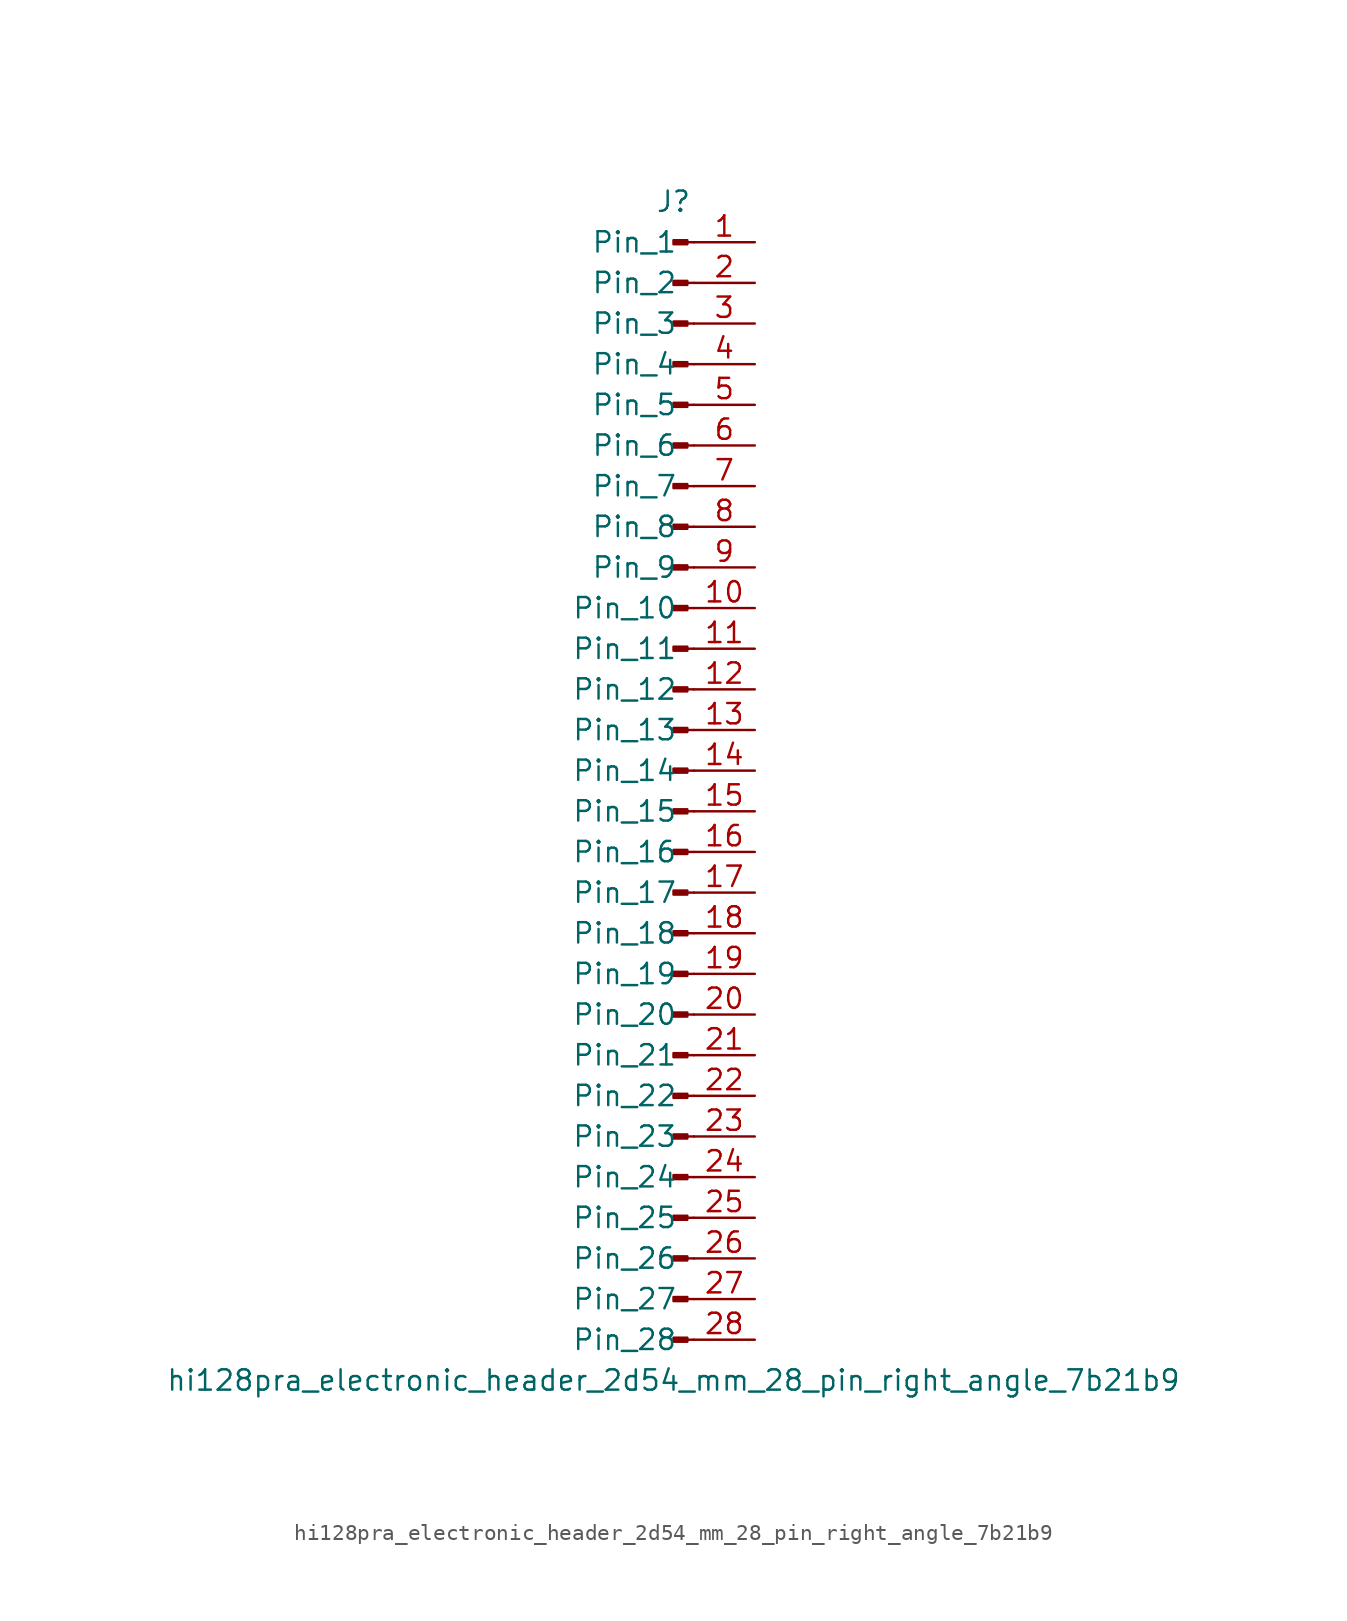
<source format=kicad_sym>
(kicad_symbol_lib
  (version 20220914)
  (generator kicad_symbol_editor)
  (symbol "hi128pra_electronic_header_2d54_mm_28_pin_right_angle_7b21b9"
    (pin_names
      (offset 1.016))
    (property "Reference" "J"
      (at 0 35.56 0)
      (effects (font (size 1.27 1.27))))
    (property "Value" "hi128pra_electronic_header_2d54_mm_28_pin_right_angle_7b21b9"
      (at 0 -38.1 0)
      (effects (font (size 1.27 1.27))))
    (property "ki_locked" ""
      (at 0 0 0)
      (effects (font (size 1.27 1.27))))
    (symbol "hi128pra_electronic_header_2d54_mm_28_pin_right_angle_7b21b9_1_1"
      (polyline (pts (xy 1.27 -35.56) (xy 0.864 -35.56)) (stroke (width 0.152) (type default)) (fill (type none)))
      (polyline (pts (xy 1.27 -33.02) (xy 0.864 -33.02)) (stroke (width 0.152) (type default)) (fill (type none)))
      (polyline (pts (xy 1.27 -30.48) (xy 0.864 -30.48)) (stroke (width 0.152) (type default)) (fill (type none)))
      (polyline (pts (xy 1.27 -27.94) (xy 0.864 -27.94)) (stroke (width 0.152) (type default)) (fill (type none)))
      (polyline (pts (xy 1.27 -25.4) (xy 0.864 -25.4)) (stroke (width 0.152) (type default)) (fill (type none)))
      (polyline (pts (xy 1.27 -22.86) (xy 0.864 -22.86)) (stroke (width 0.152) (type default)) (fill (type none)))
      (polyline (pts (xy 1.27 -20.32) (xy 0.864 -20.32)) (stroke (width 0.152) (type default)) (fill (type none)))
      (polyline (pts (xy 1.27 -17.78) (xy 0.864 -17.78)) (stroke (width 0.152) (type default)) (fill (type none)))
      (polyline (pts (xy 1.27 -15.24) (xy 0.864 -15.24)) (stroke (width 0.152) (type default)) (fill (type none)))
      (polyline (pts (xy 1.27 -12.7) (xy 0.864 -12.7)) (stroke (width 0.152) (type default)) (fill (type none)))
      (polyline (pts (xy 1.27 -10.16) (xy 0.864 -10.16)) (stroke (width 0.152) (type default)) (fill (type none)))
      (polyline (pts (xy 1.27 -7.62) (xy 0.864 -7.62)) (stroke (width 0.152) (type default)) (fill (type none)))
      (polyline (pts (xy 1.27 -5.08) (xy 0.864 -5.08)) (stroke (width 0.152) (type default)) (fill (type none)))
      (polyline (pts (xy 1.27 -2.54) (xy 0.864 -2.54)) (stroke (width 0.152) (type default)) (fill (type none)))
      (polyline (pts (xy 1.27 0) (xy 0.864 0)) (stroke (width 0.152) (type default)) (fill (type none)))
      (polyline (pts (xy 1.27 2.54) (xy 0.864 2.54)) (stroke (width 0.152) (type default)) (fill (type none)))
      (polyline (pts (xy 1.27 5.08) (xy 0.864 5.08)) (stroke (width 0.152) (type default)) (fill (type none)))
      (polyline (pts (xy 1.27 7.62) (xy 0.864 7.62)) (stroke (width 0.152) (type default)) (fill (type none)))
      (polyline (pts (xy 1.27 10.16) (xy 0.864 10.16)) (stroke (width 0.152) (type default)) (fill (type none)))
      (polyline (pts (xy 1.27 12.7) (xy 0.864 12.7)) (stroke (width 0.152) (type default)) (fill (type none)))
      (polyline (pts (xy 1.27 15.24) (xy 0.864 15.24)) (stroke (width 0.152) (type default)) (fill (type none)))
      (polyline (pts (xy 1.27 17.78) (xy 0.864 17.78)) (stroke (width 0.152) (type default)) (fill (type none)))
      (polyline (pts (xy 1.27 20.32) (xy 0.864 20.32)) (stroke (width 0.152) (type default)) (fill (type none)))
      (polyline (pts (xy 1.27 22.86) (xy 0.864 22.86)) (stroke (width 0.152) (type default)) (fill (type none)))
      (polyline (pts (xy 1.27 25.4) (xy 0.864 25.4)) (stroke (width 0.152) (type default)) (fill (type none)))
      (polyline (pts (xy 1.27 27.94) (xy 0.864 27.94)) (stroke (width 0.152) (type default)) (fill (type none)))
      (polyline (pts (xy 1.27 30.48) (xy 0.864 30.48)) (stroke (width 0.152) (type default)) (fill (type none)))
      (polyline (pts (xy 1.27 33.02) (xy 0.864 33.02)) (stroke (width 0.152) (type default)) (fill (type none)))
      (rectangle (start 0.864 -35.433) (end 0 -35.687) (stroke (width 0.152) (type default)) (fill (type outline)))
      (rectangle (start 0.864 -32.893) (end 0 -33.147) (stroke (width 0.152) (type default)) (fill (type outline)))
      (rectangle (start 0.864 -30.353) (end 0 -30.607) (stroke (width 0.152) (type default)) (fill (type outline)))
      (rectangle (start 0.864 -27.813) (end 0 -28.067) (stroke (width 0.152) (type default)) (fill (type outline)))
      (rectangle (start 0.864 -25.273) (end 0 -25.527) (stroke (width 0.152) (type default)) (fill (type outline)))
      (rectangle (start 0.864 -22.733) (end 0 -22.987) (stroke (width 0.152) (type default)) (fill (type outline)))
      (rectangle (start 0.864 -20.193) (end 0 -20.447) (stroke (width 0.152) (type default)) (fill (type outline)))
      (rectangle (start 0.864 -17.653) (end 0 -17.907) (stroke (width 0.152) (type default)) (fill (type outline)))
      (rectangle (start 0.864 -15.113) (end 0 -15.367) (stroke (width 0.152) (type default)) (fill (type outline)))
      (rectangle (start 0.864 -12.573) (end 0 -12.827) (stroke (width 0.152) (type default)) (fill (type outline)))
      (rectangle (start 0.864 -10.033) (end 0 -10.287) (stroke (width 0.152) (type default)) (fill (type outline)))
      (rectangle (start 0.864 -7.493) (end 0 -7.747) (stroke (width 0.152) (type default)) (fill (type outline)))
      (rectangle (start 0.864 -4.953) (end 0 -5.207) (stroke (width 0.152) (type default)) (fill (type outline)))
      (rectangle (start 0.864 -2.413) (end 0 -2.667) (stroke (width 0.152) (type default)) (fill (type outline)))
      (rectangle (start 0.864 0.127) (end 0 -0.127) (stroke (width 0.152) (type default)) (fill (type outline)))
      (rectangle (start 0.864 2.667) (end 0 2.413) (stroke (width 0.152) (type default)) (fill (type outline)))
      (rectangle (start 0.864 5.207) (end 0 4.953) (stroke (width 0.152) (type default)) (fill (type outline)))
      (rectangle (start 0.864 7.747) (end 0 7.493) (stroke (width 0.152) (type default)) (fill (type outline)))
      (rectangle (start 0.864 10.287) (end 0 10.033) (stroke (width 0.152) (type default)) (fill (type outline)))
      (rectangle (start 0.864 12.827) (end 0 12.573) (stroke (width 0.152) (type default)) (fill (type outline)))
      (rectangle (start 0.864 15.367) (end 0 15.113) (stroke (width 0.152) (type default)) (fill (type outline)))
      (rectangle (start 0.864 17.907) (end 0 17.653) (stroke (width 0.152) (type default)) (fill (type outline)))
      (rectangle (start 0.864 20.447) (end 0 20.193) (stroke (width 0.152) (type default)) (fill (type outline)))
      (rectangle (start 0.864 22.987) (end 0 22.733) (stroke (width 0.152) (type default)) (fill (type outline)))
      (rectangle (start 0.864 25.527) (end 0 25.273) (stroke (width 0.152) (type default)) (fill (type outline)))
      (rectangle (start 0.864 28.067) (end 0 27.813) (stroke (width 0.152) (type default)) (fill (type outline)))
      (rectangle (start 0.864 30.607) (end 0 30.353) (stroke (width 0.152) (type default)) (fill (type outline)))
      (rectangle (start 0.864 33.147) (end 0 32.893) (stroke (width 0.152) (type default)) (fill (type outline)))
      (pin passive line (at 5.08 33.02 180) (length 3.81) (name "Pin_1" (effects (font (size 1.27 1.27)))) (number "1" (effects (font (size 1.27 1.27)))))
      (pin passive line (at 5.08 10.16 180) (length 3.81) (name "Pin_10" (effects (font (size 1.27 1.27)))) (number "10" (effects (font (size 1.27 1.27)))))
      (pin passive line (at 5.08 7.62 180) (length 3.81) (name "Pin_11" (effects (font (size 1.27 1.27)))) (number "11" (effects (font (size 1.27 1.27)))))
      (pin passive line (at 5.08 5.08 180) (length 3.81) (name "Pin_12" (effects (font (size 1.27 1.27)))) (number "12" (effects (font (size 1.27 1.27)))))
      (pin passive line (at 5.08 2.54 180) (length 3.81) (name "Pin_13" (effects (font (size 1.27 1.27)))) (number "13" (effects (font (size 1.27 1.27)))))
      (pin passive line (at 5.08 0 180) (length 3.81) (name "Pin_14" (effects (font (size 1.27 1.27)))) (number "14" (effects (font (size 1.27 1.27)))))
      (pin passive line (at 5.08 -2.54 180) (length 3.81) (name "Pin_15" (effects (font (size 1.27 1.27)))) (number "15" (effects (font (size 1.27 1.27)))))
      (pin passive line (at 5.08 -5.08 180) (length 3.81) (name "Pin_16" (effects (font (size 1.27 1.27)))) (number "16" (effects (font (size 1.27 1.27)))))
      (pin passive line (at 5.08 -7.62 180) (length 3.81) (name "Pin_17" (effects (font (size 1.27 1.27)))) (number "17" (effects (font (size 1.27 1.27)))))
      (pin passive line (at 5.08 -10.16 180) (length 3.81) (name "Pin_18" (effects (font (size 1.27 1.27)))) (number "18" (effects (font (size 1.27 1.27)))))
      (pin passive line (at 5.08 -12.7 180) (length 3.81) (name "Pin_19" (effects (font (size 1.27 1.27)))) (number "19" (effects (font (size 1.27 1.27)))))
      (pin passive line (at 5.08 30.48 180) (length 3.81) (name "Pin_2" (effects (font (size 1.27 1.27)))) (number "2" (effects (font (size 1.27 1.27)))))
      (pin passive line (at 5.08 -15.24 180) (length 3.81) (name "Pin_20" (effects (font (size 1.27 1.27)))) (number "20" (effects (font (size 1.27 1.27)))))
      (pin passive line (at 5.08 -17.78 180) (length 3.81) (name "Pin_21" (effects (font (size 1.27 1.27)))) (number "21" (effects (font (size 1.27 1.27)))))
      (pin passive line (at 5.08 -20.32 180) (length 3.81) (name "Pin_22" (effects (font (size 1.27 1.27)))) (number "22" (effects (font (size 1.27 1.27)))))
      (pin passive line (at 5.08 -22.86 180) (length 3.81) (name "Pin_23" (effects (font (size 1.27 1.27)))) (number "23" (effects (font (size 1.27 1.27)))))
      (pin passive line (at 5.08 -25.4 180) (length 3.81) (name "Pin_24" (effects (font (size 1.27 1.27)))) (number "24" (effects (font (size 1.27 1.27)))))
      (pin passive line (at 5.08 -27.94 180) (length 3.81) (name "Pin_25" (effects (font (size 1.27 1.27)))) (number "25" (effects (font (size 1.27 1.27)))))
      (pin passive line (at 5.08 -30.48 180) (length 3.81) (name "Pin_26" (effects (font (size 1.27 1.27)))) (number "26" (effects (font (size 1.27 1.27)))))
      (pin passive line (at 5.08 -33.02 180) (length 3.81) (name "Pin_27" (effects (font (size 1.27 1.27)))) (number "27" (effects (font (size 1.27 1.27)))))
      (pin passive line (at 5.08 -35.56 180) (length 3.81) (name "Pin_28" (effects (font (size 1.27 1.27)))) (number "28" (effects (font (size 1.27 1.27)))))
      (pin passive line (at 5.08 27.94 180) (length 3.81) (name "Pin_3" (effects (font (size 1.27 1.27)))) (number "3" (effects (font (size 1.27 1.27)))))
      (pin passive line (at 5.08 25.4 180) (length 3.81) (name "Pin_4" (effects (font (size 1.27 1.27)))) (number "4" (effects (font (size 1.27 1.27)))))
      (pin passive line (at 5.08 22.86 180) (length 3.81) (name "Pin_5" (effects (font (size 1.27 1.27)))) (number "5" (effects (font (size 1.27 1.27)))))
      (pin passive line (at 5.08 20.32 180) (length 3.81) (name "Pin_6" (effects (font (size 1.27 1.27)))) (number "6" (effects (font (size 1.27 1.27)))))
      (pin passive line (at 5.08 17.78 180) (length 3.81) (name "Pin_7" (effects (font (size 1.27 1.27)))) (number "7" (effects (font (size 1.27 1.27)))))
      (pin passive line (at 5.08 15.24 180) (length 3.81) (name "Pin_8" (effects (font (size 1.27 1.27)))) (number "8" (effects (font (size 1.27 1.27)))))
      (pin passive line (at 5.08 12.7 180) (length 3.81) (name "Pin_9" (effects (font (size 1.27 1.27)))) (number "9" (effects (font (size 1.27 1.27))))))))
</source>
